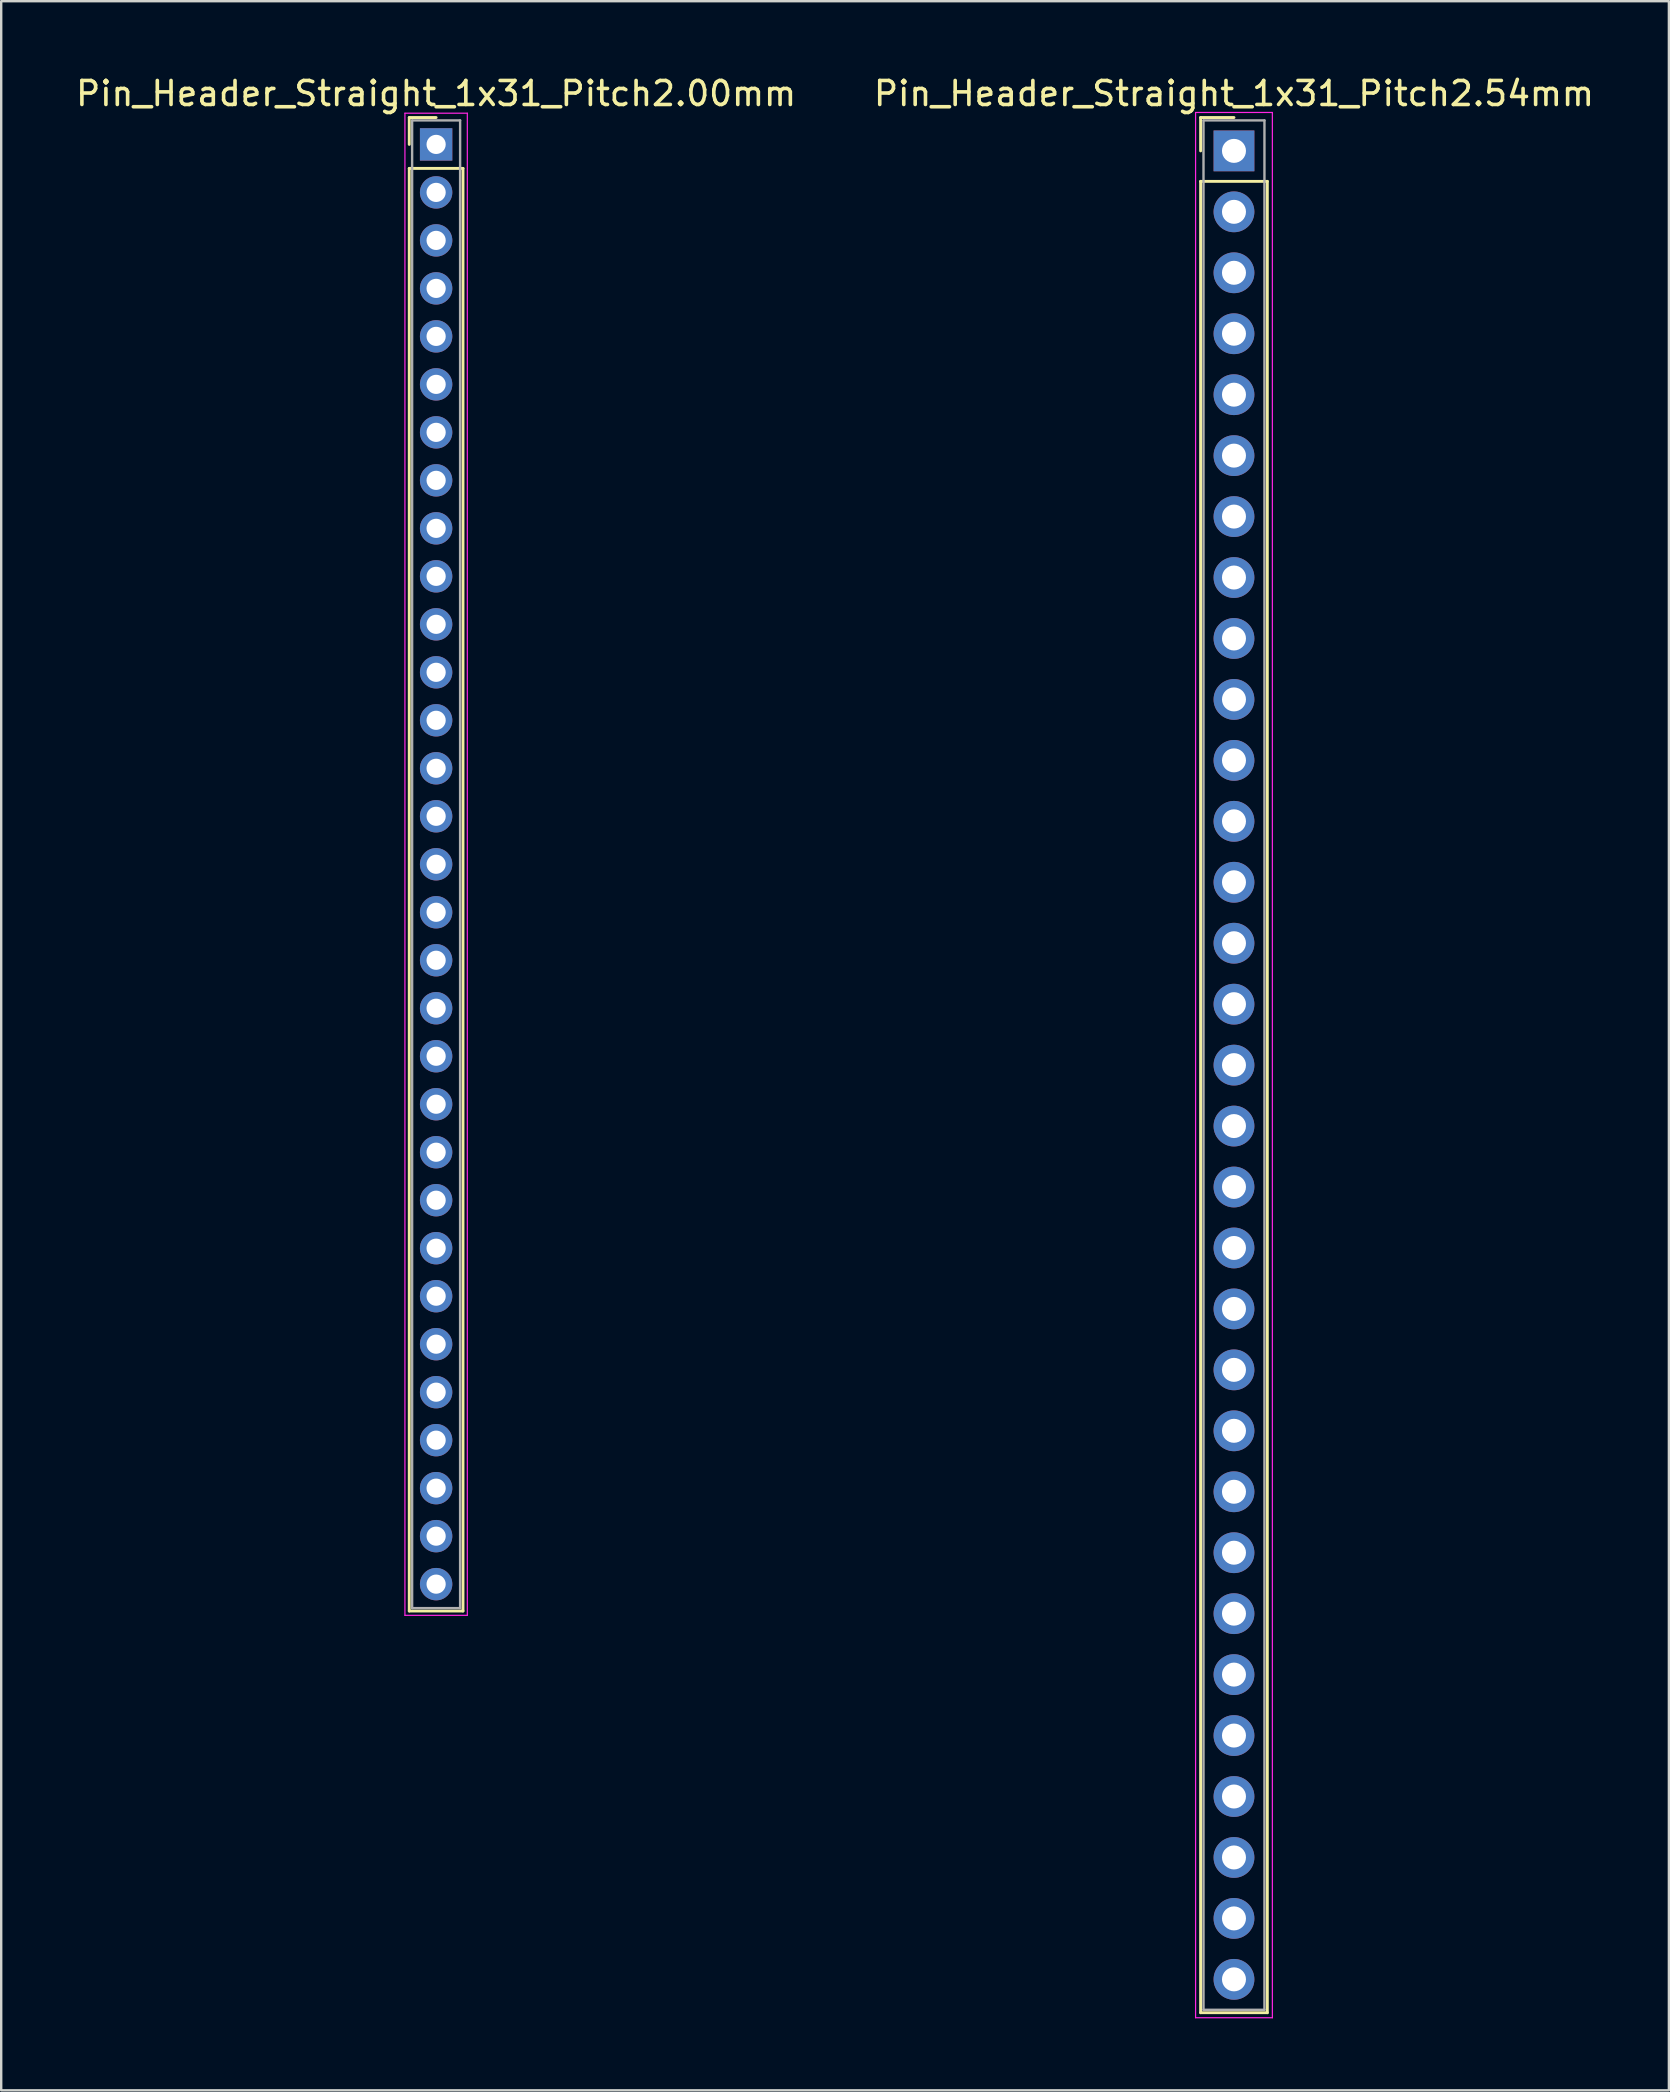
<source format=kicad_pcb>
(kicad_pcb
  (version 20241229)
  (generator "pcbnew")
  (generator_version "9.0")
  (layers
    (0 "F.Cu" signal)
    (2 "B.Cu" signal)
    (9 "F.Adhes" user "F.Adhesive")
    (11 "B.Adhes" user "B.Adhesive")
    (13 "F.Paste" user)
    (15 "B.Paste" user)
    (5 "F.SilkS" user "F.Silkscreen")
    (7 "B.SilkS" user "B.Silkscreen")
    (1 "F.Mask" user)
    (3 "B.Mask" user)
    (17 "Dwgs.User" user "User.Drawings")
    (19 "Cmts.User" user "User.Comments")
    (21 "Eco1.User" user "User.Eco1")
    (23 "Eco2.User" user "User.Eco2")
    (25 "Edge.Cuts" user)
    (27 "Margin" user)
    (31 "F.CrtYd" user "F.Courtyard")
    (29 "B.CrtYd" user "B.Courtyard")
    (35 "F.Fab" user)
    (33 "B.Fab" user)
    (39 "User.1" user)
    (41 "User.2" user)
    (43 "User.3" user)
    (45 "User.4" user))
  (footprint "Pin_Header_Straight_1x31_Pitch2.00mm"
    (layer "F.Cu")
    (at 15.125 2.968)
    (property "Reference" "Pin_Header_Straight_1x31_Pitch2.00mm" (at 0 -2.12 0) (layer "F.SilkS") (effects (font (size 1 1) (thickness 0.15))))
    (attr through_hole)
    (fp_line (start -1.12 -1.12) (end 0 -1.12) (stroke (width 0.12) (type solid)) (layer "F.SilkS"))
    (fp_line (start -1.12 0) (end -1.12 -1.12) (stroke (width 0.12) (type solid)) (layer "F.SilkS"))
    (fp_line (start -1.12 1) (end -1.12 61.12) (stroke (width 0.12) (type solid)) (layer "F.SilkS"))
    (fp_line (start -1.12 61.12) (end 1.12 61.12) (stroke (width 0.12) (type solid)) (layer "F.SilkS"))
    (fp_line (start 1.12 1) (end -1.12 1) (stroke (width 0.12) (type solid)) (layer "F.SilkS"))
    (fp_line (start 1.12 61.12) (end 1.12 1) (stroke (width 0.12) (type solid)) (layer "F.SilkS"))
    (fp_line (start -1.3 -1.3) (end -1.3 61.3) (stroke (width 0.05) (type solid)) (layer "F.CrtYd"))
    (fp_line (start -1.3 61.3) (end 1.3 61.3) (stroke (width 0.05) (type solid)) (layer "F.CrtYd"))
    (fp_line (start 1.3 -1.3) (end -1.3 -1.3) (stroke (width 0.05) (type solid)) (layer "F.CrtYd"))
    (fp_line (start 1.3 61.3) (end 1.3 -1.3) (stroke (width 0.05) (type solid)) (layer "F.CrtYd"))
    (fp_line (start -1 -1) (end -1 61) (stroke (width 0.1) (type solid)) (layer "F.Fab"))
    (fp_line (start -1 61) (end 1 61) (stroke (width 0.1) (type solid)) (layer "F.Fab"))
    (fp_line (start 1 -1) (end -1 -1) (stroke (width 0.1) (type solid)) (layer "F.Fab"))
    (fp_line (start 1 61) (end 1 -1) (stroke (width 0.1) (type solid)) (layer "F.Fab"))
    (pad "1" thru_hole rect (at 0 0) (size 1.35 1.35) (drill 0.8) (layers "*.Cu" "*.Mask"))
    (pad "2" thru_hole oval (at 0 2) (size 1.35 1.35) (drill 0.8) (layers "*.Cu" "*.Mask"))
    (pad "3" thru_hole oval (at 0 4) (size 1.35 1.35) (drill 0.8) (layers "*.Cu" "*.Mask"))
    (pad "4" thru_hole oval (at 0 6) (size 1.35 1.35) (drill 0.8) (layers "*.Cu" "*.Mask"))
    (pad "5" thru_hole oval (at 0 8) (size 1.35 1.35) (drill 0.8) (layers "*.Cu" "*.Mask"))
    (pad "6" thru_hole oval (at 0 10) (size 1.35 1.35) (drill 0.8) (layers "*.Cu" "*.Mask"))
    (pad "7" thru_hole oval (at 0 12) (size 1.35 1.35) (drill 0.8) (layers "*.Cu" "*.Mask"))
    (pad "8" thru_hole oval (at 0 14) (size 1.35 1.35) (drill 0.8) (layers "*.Cu" "*.Mask"))
    (pad "9" thru_hole oval (at 0 16) (size 1.35 1.35) (drill 0.8) (layers "*.Cu" "*.Mask"))
    (pad "10" thru_hole oval (at 0 18) (size 1.35 1.35) (drill 0.8) (layers "*.Cu" "*.Mask"))
    (pad "11" thru_hole oval (at 0 20) (size 1.35 1.35) (drill 0.8) (layers "*.Cu" "*.Mask"))
    (pad "12" thru_hole oval (at 0 22) (size 1.35 1.35) (drill 0.8) (layers "*.Cu" "*.Mask"))
    (pad "13" thru_hole oval (at 0 24) (size 1.35 1.35) (drill 0.8) (layers "*.Cu" "*.Mask"))
    (pad "14" thru_hole oval (at 0 26) (size 1.35 1.35) (drill 0.8) (layers "*.Cu" "*.Mask"))
    (pad "15" thru_hole oval (at 0 28) (size 1.35 1.35) (drill 0.8) (layers "*.Cu" "*.Mask"))
    (pad "16" thru_hole oval (at 0 30) (size 1.35 1.35) (drill 0.8) (layers "*.Cu" "*.Mask"))
    (pad "17" thru_hole oval (at 0 32) (size 1.35 1.35) (drill 0.8) (layers "*.Cu" "*.Mask"))
    (pad "18" thru_hole oval (at 0 34) (size 1.35 1.35) (drill 0.8) (layers "*.Cu" "*.Mask"))
    (pad "19" thru_hole oval (at 0 36) (size 1.35 1.35) (drill 0.8) (layers "*.Cu" "*.Mask"))
    (pad "20" thru_hole oval (at 0 38) (size 1.35 1.35) (drill 0.8) (layers "*.Cu" "*.Mask"))
    (pad "21" thru_hole oval (at 0 40) (size 1.35 1.35) (drill 0.8) (layers "*.Cu" "*.Mask"))
    (pad "22" thru_hole oval (at 0 42) (size 1.35 1.35) (drill 0.8) (layers "*.Cu" "*.Mask"))
    (pad "23" thru_hole oval (at 0 44) (size 1.35 1.35) (drill 0.8) (layers "*.Cu" "*.Mask"))
    (pad "24" thru_hole oval (at 0 46) (size 1.35 1.35) (drill 0.8) (layers "*.Cu" "*.Mask"))
    (pad "25" thru_hole oval (at 0 48) (size 1.35 1.35) (drill 0.8) (layers "*.Cu" "*.Mask"))
    (pad "26" thru_hole oval (at 0 50) (size 1.35 1.35) (drill 0.8) (layers "*.Cu" "*.Mask"))
    (pad "27" thru_hole oval (at 0 52) (size 1.35 1.35) (drill 0.8) (layers "*.Cu" "*.Mask"))
    (pad "28" thru_hole oval (at 0 54) (size 1.35 1.35) (drill 0.8) (layers "*.Cu" "*.Mask"))
    (pad "29" thru_hole oval (at 0 56) (size 1.35 1.35) (drill 0.8) (layers "*.Cu" "*.Mask"))
    (pad "30" thru_hole oval (at 0 58) (size 1.35 1.35) (drill 0.8) (layers "*.Cu" "*.Mask"))
    (pad "31" thru_hole oval (at 0 60) (size 1.35 1.35) (drill 0.8) (layers "*.Cu" "*.Mask")))
  (footprint "Pin_Header_Straight_1x31_Pitch2.54mm"
    (layer "F.Cu")
    (at 48.375 3.238)
    (property "Reference" "Pin_Header_Straight_1x31_Pitch2.54mm" (at 0 -2.39 0) (layer "F.SilkS") (effects (font (size 1 1) (thickness 0.15))))
    (attr through_hole)
    (fp_line (start -1.39 -1.39) (end 0 -1.39) (stroke (width 0.12) (type solid)) (layer "F.SilkS"))
    (fp_line (start -1.39 0) (end -1.39 -1.39) (stroke (width 0.12) (type solid)) (layer "F.SilkS"))
    (fp_line (start -1.39 1.27) (end -1.39 77.59) (stroke (width 0.12) (type solid)) (layer "F.SilkS"))
    (fp_line (start -1.39 77.59) (end 1.39 77.59) (stroke (width 0.12) (type solid)) (layer "F.SilkS"))
    (fp_line (start 1.39 1.27) (end -1.39 1.27) (stroke (width 0.12) (type solid)) (layer "F.SilkS"))
    (fp_line (start 1.39 77.59) (end 1.39 1.27) (stroke (width 0.12) (type solid)) (layer "F.SilkS"))
    (fp_line (start -1.6 -1.6) (end -1.6 77.8) (stroke (width 0.05) (type solid)) (layer "F.CrtYd"))
    (fp_line (start -1.6 77.8) (end 1.6 77.8) (stroke (width 0.05) (type solid)) (layer "F.CrtYd"))
    (fp_line (start 1.6 -1.6) (end -1.6 -1.6) (stroke (width 0.05) (type solid)) (layer "F.CrtYd"))
    (fp_line (start 1.6 77.8) (end 1.6 -1.6) (stroke (width 0.05) (type solid)) (layer "F.CrtYd"))
    (fp_line (start -1.27 -1.27) (end -1.27 77.47) (stroke (width 0.1) (type solid)) (layer "F.Fab"))
    (fp_line (start -1.27 77.47) (end 1.27 77.47) (stroke (width 0.1) (type solid)) (layer "F.Fab"))
    (fp_line (start 1.27 -1.27) (end -1.27 -1.27) (stroke (width 0.1) (type solid)) (layer "F.Fab"))
    (fp_line (start 1.27 77.47) (end 1.27 -1.27) (stroke (width 0.1) (type solid)) (layer "F.Fab"))
    (pad "1" thru_hole rect (at 0 0) (size 1.7 1.7) (drill 1) (layers "*.Cu" "*.Mask"))
    (pad "2" thru_hole oval (at 0 2.54) (size 1.7 1.7) (drill 1) (layers "*.Cu" "*.Mask"))
    (pad "3" thru_hole oval (at 0 5.08) (size 1.7 1.7) (drill 1) (layers "*.Cu" "*.Mask"))
    (pad "4" thru_hole oval (at 0 7.62) (size 1.7 1.7) (drill 1) (layers "*.Cu" "*.Mask"))
    (pad "5" thru_hole oval (at 0 10.16) (size 1.7 1.7) (drill 1) (layers "*.Cu" "*.Mask"))
    (pad "6" thru_hole oval (at 0 12.7) (size 1.7 1.7) (drill 1) (layers "*.Cu" "*.Mask"))
    (pad "7" thru_hole oval (at 0 15.24) (size 1.7 1.7) (drill 1) (layers "*.Cu" "*.Mask"))
    (pad "8" thru_hole oval (at 0 17.78) (size 1.7 1.7) (drill 1) (layers "*.Cu" "*.Mask"))
    (pad "9" thru_hole oval (at 0 20.32) (size 1.7 1.7) (drill 1) (layers "*.Cu" "*.Mask"))
    (pad "10" thru_hole oval (at 0 22.86) (size 1.7 1.7) (drill 1) (layers "*.Cu" "*.Mask"))
    (pad "11" thru_hole oval (at 0 25.4) (size 1.7 1.7) (drill 1) (layers "*.Cu" "*.Mask"))
    (pad "12" thru_hole oval (at 0 27.94) (size 1.7 1.7) (drill 1) (layers "*.Cu" "*.Mask"))
    (pad "13" thru_hole oval (at 0 30.48) (size 1.7 1.7) (drill 1) (layers "*.Cu" "*.Mask"))
    (pad "14" thru_hole oval (at 0 33.02) (size 1.7 1.7) (drill 1) (layers "*.Cu" "*.Mask"))
    (pad "15" thru_hole oval (at 0 35.56) (size 1.7 1.7) (drill 1) (layers "*.Cu" "*.Mask"))
    (pad "16" thru_hole oval (at 0 38.1) (size 1.7 1.7) (drill 1) (layers "*.Cu" "*.Mask"))
    (pad "17" thru_hole oval (at 0 40.64) (size 1.7 1.7) (drill 1) (layers "*.Cu" "*.Mask"))
    (pad "18" thru_hole oval (at 0 43.18) (size 1.7 1.7) (drill 1) (layers "*.Cu" "*.Mask"))
    (pad "19" thru_hole oval (at 0 45.72) (size 1.7 1.7) (drill 1) (layers "*.Cu" "*.Mask"))
    (pad "20" thru_hole oval (at 0 48.26) (size 1.7 1.7) (drill 1) (layers "*.Cu" "*.Mask"))
    (pad "21" thru_hole oval (at 0 50.8) (size 1.7 1.7) (drill 1) (layers "*.Cu" "*.Mask"))
    (pad "22" thru_hole oval (at 0 53.34) (size 1.7 1.7) (drill 1) (layers "*.Cu" "*.Mask"))
    (pad "23" thru_hole oval (at 0 55.88) (size 1.7 1.7) (drill 1) (layers "*.Cu" "*.Mask"))
    (pad "24" thru_hole oval (at 0 58.42) (size 1.7 1.7) (drill 1) (layers "*.Cu" "*.Mask"))
    (pad "25" thru_hole oval (at 0 60.96) (size 1.7 1.7) (drill 1) (layers "*.Cu" "*.Mask"))
    (pad "26" thru_hole oval (at 0 63.5) (size 1.7 1.7) (drill 1) (layers "*.Cu" "*.Mask"))
    (pad "27" thru_hole oval (at 0 66.04) (size 1.7 1.7) (drill 1) (layers "*.Cu" "*.Mask"))
    (pad "28" thru_hole oval (at 0 68.58) (size 1.7 1.7) (drill 1) (layers "*.Cu" "*.Mask"))
    (pad "29" thru_hole oval (at 0 71.12) (size 1.7 1.7) (drill 1) (layers "*.Cu" "*.Mask"))
    (pad "30" thru_hole oval (at 0 73.66) (size 1.7 1.7) (drill 1) (layers "*.Cu" "*.Mask"))
    (pad "31" thru_hole oval (at 0 76.2) (size 1.7 1.7) (drill 1) (layers "*.Cu" "*.Mask")))
  (gr_rect
    (start -3 -3)
    (end 66.5 84.063)
    (stroke (width 0.1) (type default))
    (fill no)
    (layer "Edge.Cuts")))
</source>
